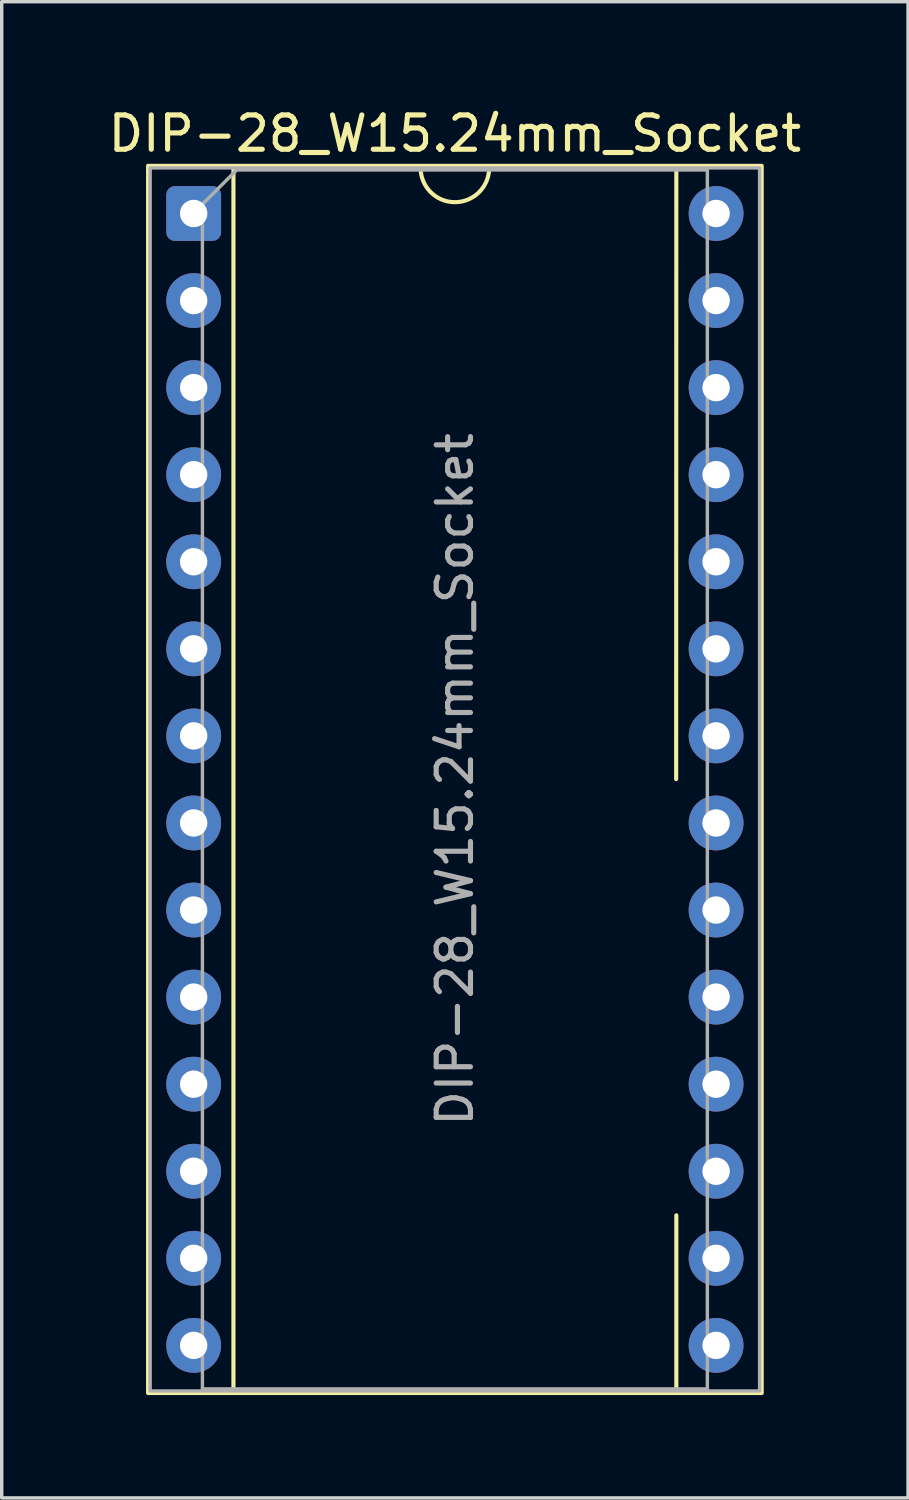
<source format=kicad_pcb>
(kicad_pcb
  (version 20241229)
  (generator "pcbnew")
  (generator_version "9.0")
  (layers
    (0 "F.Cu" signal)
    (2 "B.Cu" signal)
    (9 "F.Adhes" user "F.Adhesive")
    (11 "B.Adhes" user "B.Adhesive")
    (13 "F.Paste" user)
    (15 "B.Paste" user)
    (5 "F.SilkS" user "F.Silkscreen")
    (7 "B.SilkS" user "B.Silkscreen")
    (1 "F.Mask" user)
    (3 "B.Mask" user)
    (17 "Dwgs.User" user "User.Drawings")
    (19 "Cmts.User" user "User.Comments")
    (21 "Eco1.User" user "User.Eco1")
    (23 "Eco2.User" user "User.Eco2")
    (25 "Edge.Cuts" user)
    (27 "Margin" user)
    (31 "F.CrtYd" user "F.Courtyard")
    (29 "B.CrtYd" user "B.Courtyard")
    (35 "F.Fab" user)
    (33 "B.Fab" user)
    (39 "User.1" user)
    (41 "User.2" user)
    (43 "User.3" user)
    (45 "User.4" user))
  (footprint "DIP-28_W15.24mm_Socket"
    (layer "F.Cu")
    (at 2.6 3.178)
    (property "Reference" "DIP-28_W15.24mm_Socket" (at 7.62 -2.33 0) (layer "F.SilkS") (effects (font (size 1 1) (thickness 0.15))))
    (attr through_hole)
    (fp_line (start 1.16 -1.33) (end 1.16 34.35) (stroke (width 0.12) (type solid)) (layer "F.SilkS"))
    (fp_line (start 1.16 34.35) (end 14.08 34.35) (stroke (width 0.12) (type solid)) (layer "F.SilkS"))
    (fp_line (start 6.62 -1.33) (end 1.16 -1.33) (stroke (width 0.12) (type solid)) (layer "F.SilkS"))
    (fp_line (start 14.075 16.5) (end 14.08 -1.33) (stroke (width 0.12) (type solid)) (layer "F.SilkS"))
    (fp_line (start 14.08 -1.33) (end 8.62 -1.33) (stroke (width 0.12) (type solid)) (layer "F.SilkS"))
    (fp_line (start 14.08 34.35) (end 14.08 29.225) (stroke (width 0.12) (type solid)) (layer "F.SilkS"))
    (fp_rect (start -1.33 -1.39) (end 16.57 34.41) (stroke (width 0.12) (type solid)) (fill no) (layer "F.SilkS"))
    (fp_arc (start 8.62 -1.33) (mid 7.62 -0.33) (end 6.62 -1.33) (stroke (width 0.12) (type solid)) (layer "F.SilkS"))
    (fp_line (start 0.255 -0.27) (end 1.255 -1.27) (stroke (width 0.1) (type solid)) (layer "F.Fab"))
    (fp_line (start 0.255 34.29) (end 0.255 -0.27) (stroke (width 0.1) (type solid)) (layer "F.Fab"))
    (fp_line (start 1.255 -1.27) (end 14.985 -1.27) (stroke (width 0.1) (type solid)) (layer "F.Fab"))
    (fp_line (start 14.985 -1.27) (end 14.985 34.29) (stroke (width 0.1) (type solid)) (layer "F.Fab"))
    (fp_line (start 14.985 34.29) (end 0.255 34.29) (stroke (width 0.1) (type solid)) (layer "F.Fab"))
    (fp_rect (start -1.27 -1.33) (end 16.51 34.35) (stroke (width 0.1) (type solid)) (fill no) (layer "F.Fab"))
    (fp_text user "${REFERENCE}" (at 7.62 16.51 90) (layer "F.Fab") (effects (font (size 1 1) (thickness 0.15))))
    (pad "1" thru_hole roundrect (at 0 0) (size 1.6 1.6) (drill 0.8) (layers "*.Cu" "*.Mask") (roundrect_rratio 0.156))
    (pad "2" thru_hole circle (at 0 2.54) (size 1.6 1.6) (drill 0.8) (layers "*.Cu" "*.Mask"))
    (pad "3" thru_hole circle (at 0 5.08) (size 1.6 1.6) (drill 0.8) (layers "*.Cu" "*.Mask"))
    (pad "4" thru_hole circle (at 0 7.62) (size 1.6 1.6) (drill 0.8) (layers "*.Cu" "*.Mask"))
    (pad "5" thru_hole circle (at 0 10.16) (size 1.6 1.6) (drill 0.8) (layers "*.Cu" "*.Mask"))
    (pad "6" thru_hole circle (at 0 12.7) (size 1.6 1.6) (drill 0.8) (layers "*.Cu" "*.Mask"))
    (pad "7" thru_hole circle (at 0 15.24) (size 1.6 1.6) (drill 0.8) (layers "*.Cu" "*.Mask"))
    (pad "8" thru_hole circle (at 0 17.78) (size 1.6 1.6) (drill 0.8) (layers "*.Cu" "*.Mask"))
    (pad "9" thru_hole circle (at 0 20.32) (size 1.6 1.6) (drill 0.8) (layers "*.Cu" "*.Mask"))
    (pad "10" thru_hole circle (at 0 22.86) (size 1.6 1.6) (drill 0.8) (layers "*.Cu" "*.Mask"))
    (pad "11" thru_hole circle (at 0 25.4) (size 1.6 1.6) (drill 0.8) (layers "*.Cu" "*.Mask"))
    (pad "12" thru_hole circle (at 0 27.94) (size 1.6 1.6) (drill 0.8) (layers "*.Cu" "*.Mask"))
    (pad "13" thru_hole circle (at 0 30.48) (size 1.6 1.6) (drill 0.8) (layers "*.Cu" "*.Mask"))
    (pad "14" thru_hole circle (at 0 33.02) (size 1.6 1.6) (drill 0.8) (layers "*.Cu" "*.Mask"))
    (pad "15" thru_hole circle (at 15.24 33.02) (size 1.6 1.6) (drill 0.8) (layers "*.Cu" "*.Mask"))
    (pad "16" thru_hole circle (at 15.24 30.48) (size 1.6 1.6) (drill 0.8) (layers "*.Cu" "*.Mask"))
    (pad "17" thru_hole circle (at 15.24 27.94) (size 1.6 1.6) (drill 0.8) (layers "*.Cu" "*.Mask"))
    (pad "18" thru_hole circle (at 15.24 25.4) (size 1.6 1.6) (drill 0.8) (layers "*.Cu" "*.Mask"))
    (pad "19" thru_hole circle (at 15.24 22.86) (size 1.6 1.6) (drill 0.8) (layers "*.Cu" "*.Mask"))
    (pad "20" thru_hole circle (at 15.24 20.32) (size 1.6 1.6) (drill 0.8) (layers "*.Cu" "*.Mask"))
    (pad "21" thru_hole circle (at 15.24 17.78) (size 1.6 1.6) (drill 0.8) (layers "*.Cu" "*.Mask"))
    (pad "22" thru_hole circle (at 15.24 15.24) (size 1.6 1.6) (drill 0.8) (layers "*.Cu" "*.Mask"))
    (pad "23" thru_hole circle (at 15.24 12.7) (size 1.6 1.6) (drill 0.8) (layers "*.Cu" "*.Mask"))
    (pad "24" thru_hole circle (at 15.24 10.16) (size 1.6 1.6) (drill 0.8) (layers "*.Cu" "*.Mask"))
    (pad "25" thru_hole circle (at 15.24 7.62) (size 1.6 1.6) (drill 0.8) (layers "*.Cu" "*.Mask"))
    (pad "26" thru_hole circle (at 15.24 5.08) (size 1.6 1.6) (drill 0.8) (layers "*.Cu" "*.Mask"))
    (pad "27" thru_hole circle (at 15.24 2.54) (size 1.6 1.6) (drill 0.8) (layers "*.Cu" "*.Mask"))
    (pad "28" thru_hole circle (at 15.24 0) (size 1.6 1.6) (drill 0.8) (layers "*.Cu" "*.Mask")))
  (gr_rect
    (start -3 -3)
    (end 23.44 40.648)
    (stroke (width 0.1) (type default))
    (fill no)
    (layer "Edge.Cuts")))
</source>
